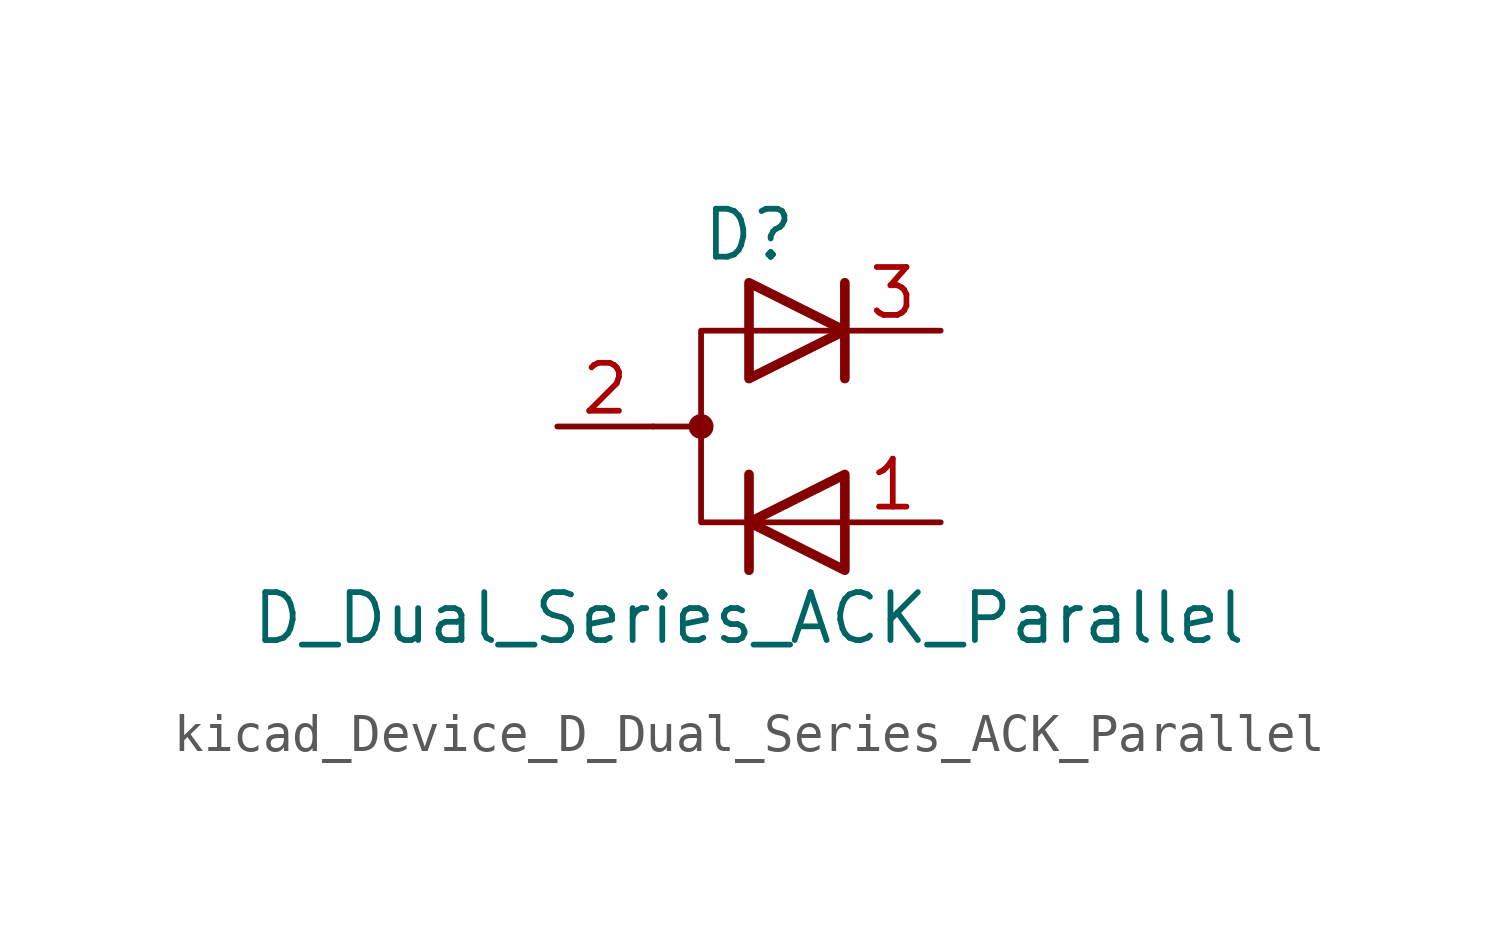
<source format=kicad_sym>
(kicad_symbol_lib
  (version 20220914)
  (generator kicad_symbol_editor)
  (symbol "kicad_Device_D_Dual_Series_ACK_Parallel"
    (pin_names
      (offset 0.762) hide)
    (property "Reference" "D"
      (at 0 5.08 0)
      (effects (font (size 1.27 1.27))))
    (property "Value" "D_Dual_Series_ACK_Parallel"
      (at 0 -5.08 0)
      (effects (font (size 1.27 1.27))))
    (symbol "kicad_Device_D_Dual_Series_ACK_Parallel_0_0"
      (polyline (pts (xy 0 -1.27) (xy 0 -3.81)) (stroke (width 0.254) (type default)) (fill (type none)))
      (polyline (pts (xy 2.54 3.81) (xy 2.54 1.27)) (stroke (width 0.254) (type default)) (fill (type none))))
    (symbol "kicad_Device_D_Dual_Series_ACK_Parallel_0_1"
      (circle (center -1.27 0) (radius 0.254) (stroke (width 0) (type default)) (fill (type outline)))
      (polyline (pts (xy -1.27 0) (xy -2.54 0)) (stroke (width 0) (type default)) (fill (type none)))
      (polyline (pts (xy 2.54 2.54) (xy -1.27 2.54) (xy -1.27 -2.54) (xy 2.54 -2.54)) (stroke (width 0) (type default)) (fill (type none)))
      (polyline (pts (xy 0 3.81) (xy 2.54 2.54) (xy 0 1.27) (xy 0 3.81) (xy 0 3.81) (xy 0 3.81)) (stroke (width 0.254) (type default)) (fill (type none)))
      (polyline (pts (xy 2.54 -1.27) (xy 0 -2.54) (xy 2.54 -3.81) (xy 2.54 -1.27) (xy 2.54 -1.27) (xy 2.54 -1.27)) (stroke (width 0.254) (type default)) (fill (type none)))
      (pin passive line (at 5.08 -2.54 180) (length 2.54) (name "K" (effects (font (size 1.27 1.27)))) (number "1" (effects (font (size 1.27 1.27)))))
      (pin passive line (at -5.08 0 0) (length 2.54) (name "A" (effects (font (size 1.27 1.27)))) (number "2" (effects (font (size 1.27 1.27)))))
      (pin passive line (at 5.08 2.54 180) (length 2.54) (name "K" (effects (font (size 1.27 1.27)))) (number "3" (effects (font (size 1.27 1.27))))))))
</source>
